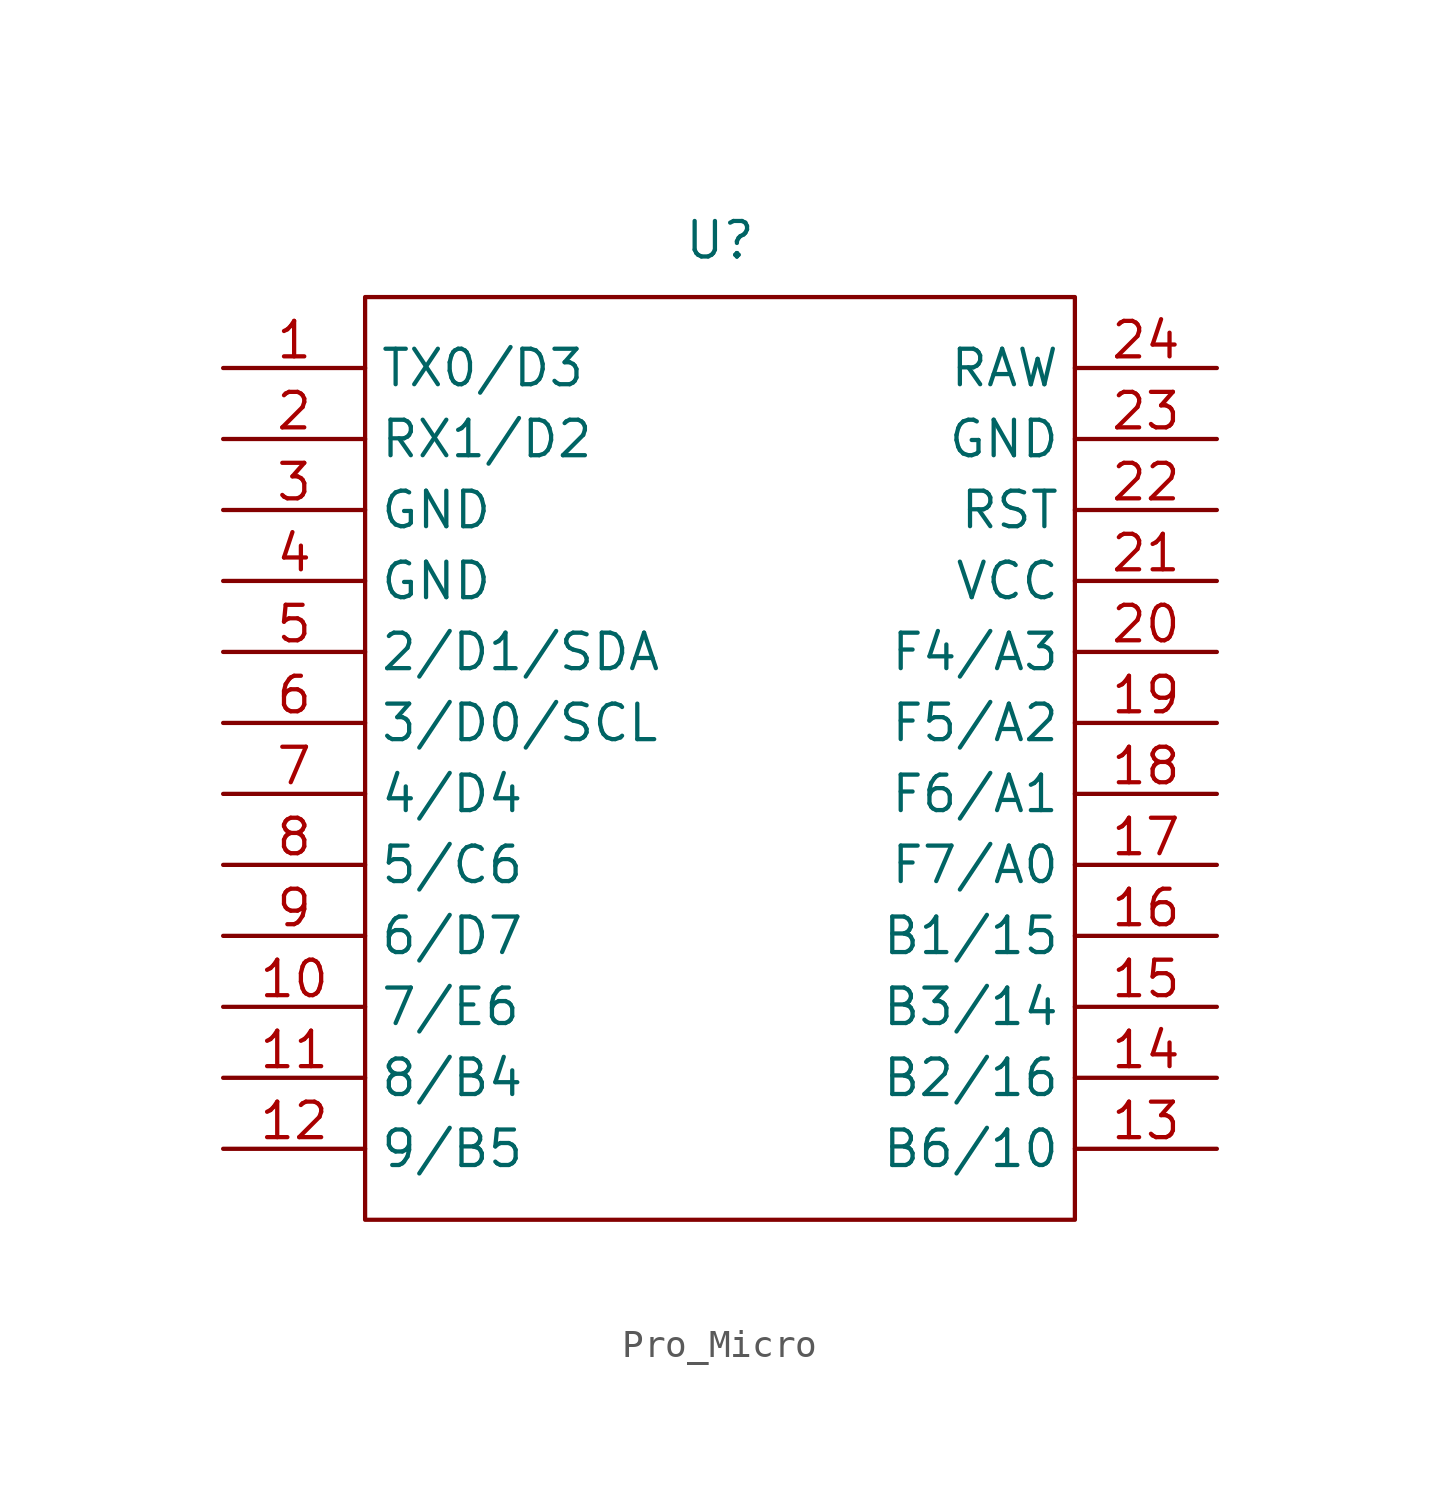
<source format=kicad_sym>
(kicad_symbol_lib
  (version 20241209)
  (generator "kicad_symbol_editor")
  (generator_version "9.0")
  (symbol "Pro_Micro"
    (property "Reference" "U"
      (at 0 17.272 0)
      (effects (font (size 1.27 1.27))))
    (symbol "Pro_Micro_0_1"
      (rectangle (start -12.7 15.24) (end 12.7 -17.78) (stroke (width 0) (type solid)) (fill (type none))))
    (symbol "Pro_Micro_1_1"
      (pin bidirectional line (at -17.78 12.7 0) (length 5.08) (name "TX0/D3" (effects (font (size 1.27 1.27)))) (number "1" (effects (font (size 1.27 1.27)))))
      (pin bidirectional line (at -17.78 10.16 0) (length 5.08) (name "RX1/D2" (effects (font (size 1.27 1.27)))) (number "2" (effects (font (size 1.27 1.27)))))
      (pin power_in line (at -17.78 7.62 0) (length 5.08) (name "GND" (effects (font (size 1.27 1.27)))) (number "3" (effects (font (size 1.27 1.27)))))
      (pin power_in line (at -17.78 5.08 0) (length 5.08) (name "GND" (effects (font (size 1.27 1.27)))) (number "4" (effects (font (size 1.27 1.27)))))
      (pin bidirectional line (at -17.78 2.54 0) (length 5.08) (name "2/D1/SDA" (effects (font (size 1.27 1.27)))) (number "5" (effects (font (size 1.27 1.27)))))
      (pin bidirectional line (at -17.78 0 0) (length 5.08) (name "3/D0/SCL" (effects (font (size 1.27 1.27)))) (number "6" (effects (font (size 1.27 1.27)))))
      (pin bidirectional line (at -17.78 -2.54 0) (length 5.08) (name "4/D4" (effects (font (size 1.27 1.27)))) (number "7" (effects (font (size 1.27 1.27)))))
      (pin bidirectional line (at -17.78 -5.08 0) (length 5.08) (name "5/C6" (effects (font (size 1.27 1.27)))) (number "8" (effects (font (size 1.27 1.27)))))
      (pin bidirectional line (at -17.78 -7.62 0) (length 5.08) (name "6/D7" (effects (font (size 1.27 1.27)))) (number "9" (effects (font (size 1.27 1.27)))))
      (pin bidirectional line (at -17.78 -10.16 0) (length 5.08) (name "7/E6" (effects (font (size 1.27 1.27)))) (number "10" (effects (font (size 1.27 1.27)))))
      (pin bidirectional line (at -17.78 -12.7 0) (length 5.08) (name "8/B4" (effects (font (size 1.27 1.27)))) (number "11" (effects (font (size 1.27 1.27)))))
      (pin bidirectional line (at -17.78 -15.24 0) (length 5.08) (name "9/B5" (effects (font (size 1.27 1.27)))) (number "12" (effects (font (size 1.27 1.27)))))
      (pin power_out line (at 17.78 12.7 180) (length 5.08) (name "RAW" (effects (font (size 1.27 1.27)))) (number "24" (effects (font (size 1.27 1.27)))))
      (pin power_in line (at 17.78 10.16 180) (length 5.08) (name "GND" (effects (font (size 1.27 1.27)))) (number "23" (effects (font (size 1.27 1.27)))))
      (pin input line (at 17.78 7.62 180) (length 5.08) (name "RST" (effects (font (size 1.27 1.27)))) (number "22" (effects (font (size 1.27 1.27)))))
      (pin power_in line (at 17.78 5.08 180) (length 5.08) (name "VCC" (effects (font (size 1.27 1.27)))) (number "21" (effects (font (size 1.27 1.27)))))
      (pin bidirectional line (at 17.78 2.54 180) (length 5.08) (name "F4/A3" (effects (font (size 1.27 1.27)))) (number "20" (effects (font (size 1.27 1.27)))))
      (pin bidirectional line (at 17.78 0 180) (length 5.08) (name "F5/A2" (effects (font (size 1.27 1.27)))) (number "19" (effects (font (size 1.27 1.27)))))
      (pin bidirectional line (at 17.78 -2.54 180) (length 5.08) (name "F6/A1" (effects (font (size 1.27 1.27)))) (number "18" (effects (font (size 1.27 1.27)))))
      (pin bidirectional line (at 17.78 -5.08 180) (length 5.08) (name "F7/A0" (effects (font (size 1.27 1.27)))) (number "17" (effects (font (size 1.27 1.27)))))
      (pin bidirectional line (at 17.78 -7.62 180) (length 5.08) (name "B1/15" (effects (font (size 1.27 1.27)))) (number "16" (effects (font (size 1.27 1.27)))))
      (pin bidirectional line (at 17.78 -10.16 180) (length 5.08) (name "B3/14" (effects (font (size 1.27 1.27)))) (number "15" (effects (font (size 1.27 1.27)))))
      (pin bidirectional line (at 17.78 -12.7 180) (length 5.08) (name "B2/16" (effects (font (size 1.27 1.27)))) (number "14" (effects (font (size 1.27 1.27)))))
      (pin bidirectional line (at 17.78 -15.24 180) (length 5.08) (name "B6/10" (effects (font (size 1.27 1.27)))) (number "13" (effects (font (size 1.27 1.27))))))))
</source>
